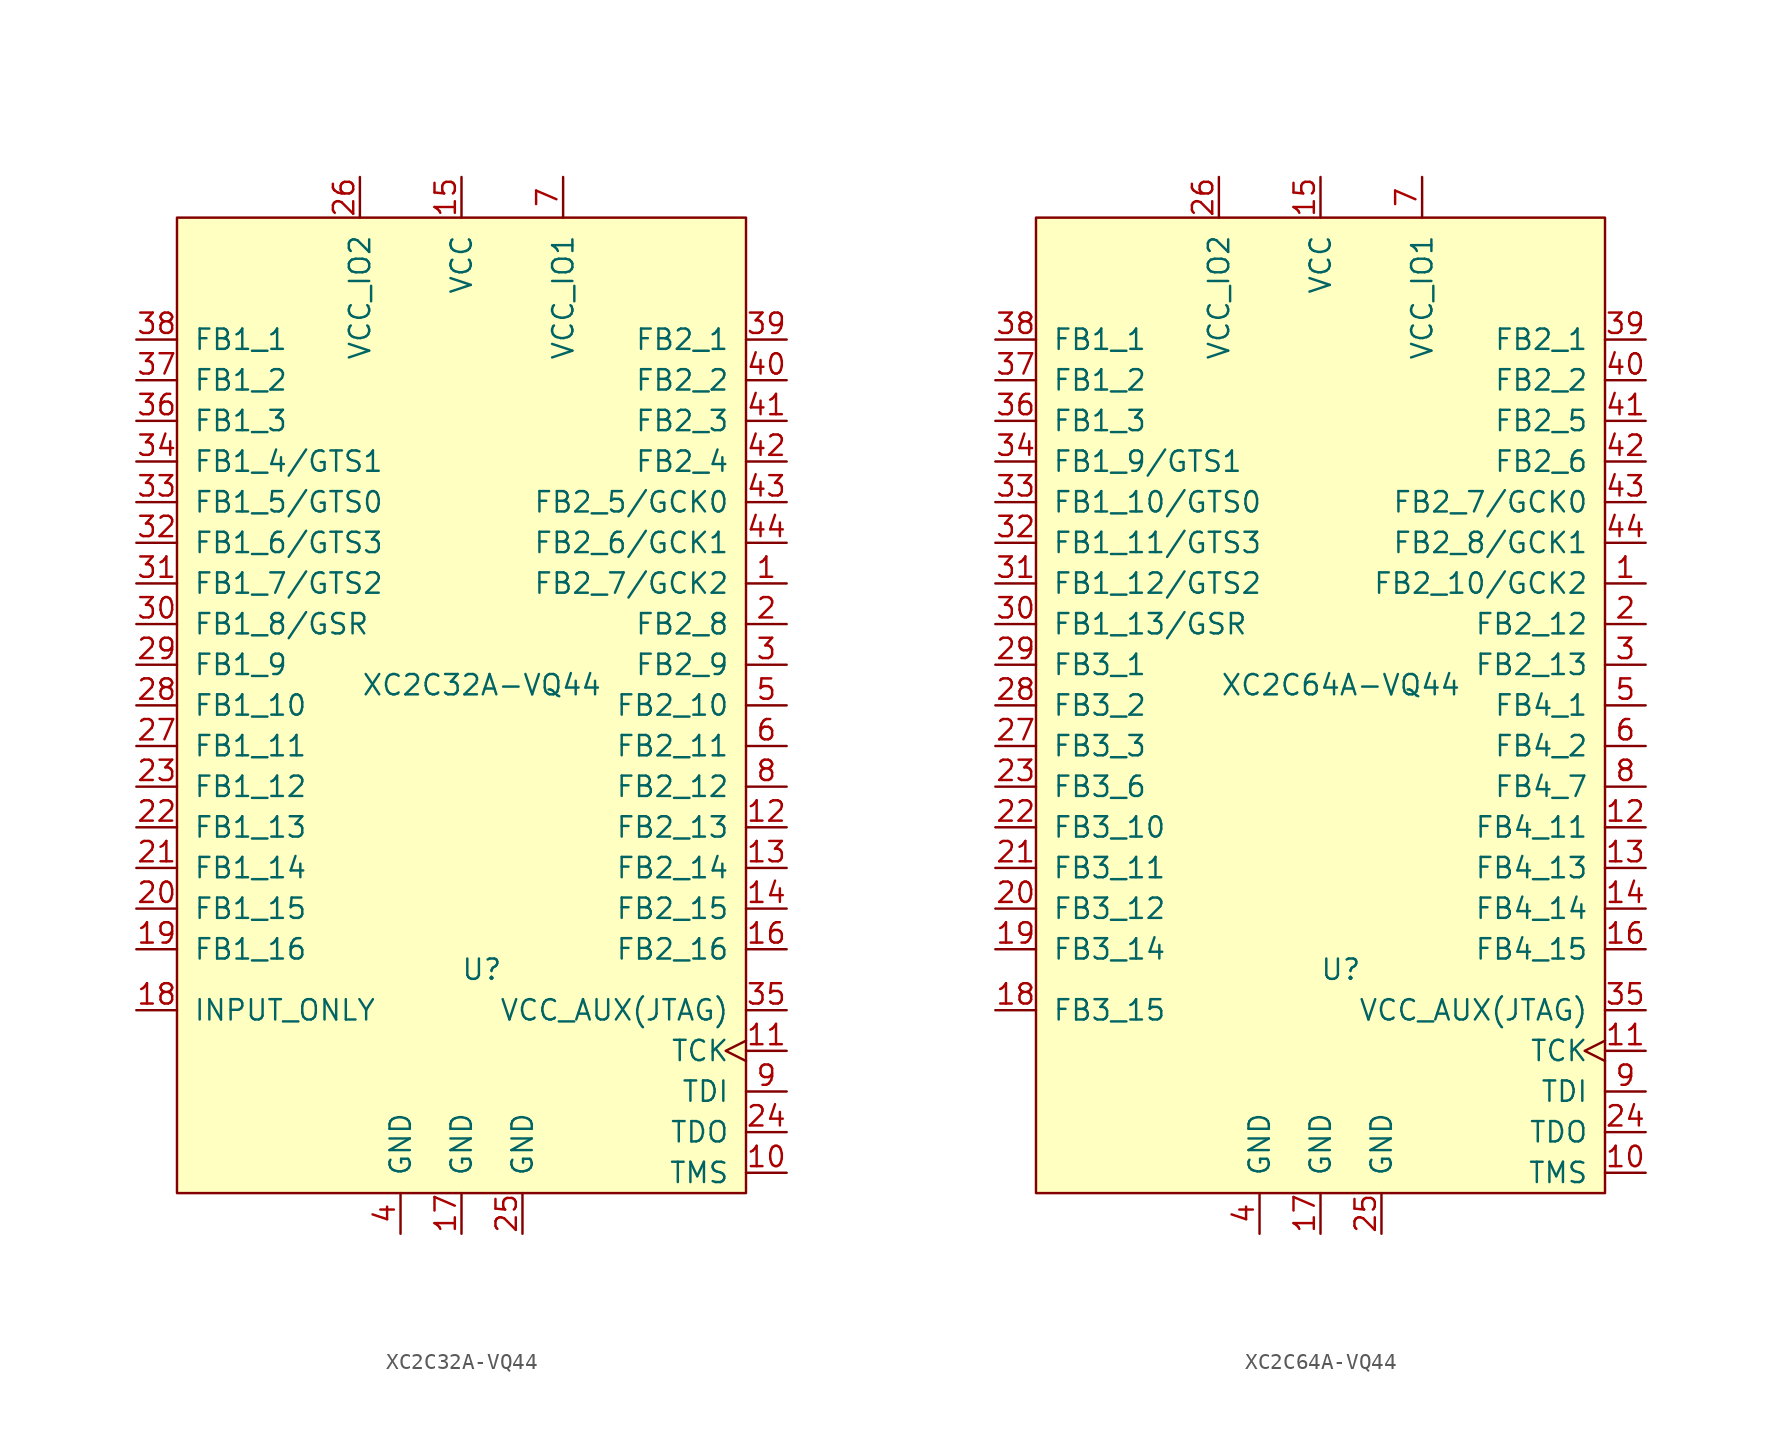
<source format=kicad_sym>
(kicad_symbol_lib
  (version 20231120)
  (generator "kicad_symbol_editor")
  (generator_version "8.0")
  (symbol "XC2C32A-VQ44"
    (pin_names
      (offset 1.016))
    (property "Reference" "U"
      (at 1.27 -17.78 0)
      (effects (font (size 1.27 1.27))))
    (property "Value" "XC2C32A-VQ44"
      (at 1.27 0 0)
      (effects (font (size 1.27 1.27))))
    (symbol "XC2C32A-VQ44_0_1"
      (rectangle (start -17.78 29.21) (end 17.78 -31.75) (stroke (width 0) (type default)) (fill (type background))))
    (symbol "XC2C32A-VQ44_1_1"
      (pin bidirectional line (at 20.32 6.35 180) (length 2.54) (name "FB2_7/GCK2" (effects (font (size 1.27 1.27)))) (number "1" (effects (font (size 1.27 1.27)))))
      (pin input line (at 20.32 -30.48 180) (length 2.54) (name "TMS" (effects (font (size 1.27 1.27)))) (number "10" (effects (font (size 1.27 1.27)))))
      (pin input clock (at 20.32 -22.86 180) (length 2.54) (name "TCK" (effects (font (size 1.27 1.27)))) (number "11" (effects (font (size 1.27 1.27)))))
      (pin bidirectional line (at 20.32 -8.89 180) (length 2.54) (name "FB2_13" (effects (font (size 1.27 1.27)))) (number "12" (effects (font (size 1.27 1.27)))))
      (pin bidirectional line (at 20.32 -11.43 180) (length 2.54) (name "FB2_14" (effects (font (size 1.27 1.27)))) (number "13" (effects (font (size 1.27 1.27)))))
      (pin bidirectional line (at 20.32 -13.97 180) (length 2.54) (name "FB2_15" (effects (font (size 1.27 1.27)))) (number "14" (effects (font (size 1.27 1.27)))))
      (pin power_in line (at 0 31.75 270) (length 2.54) (name "VCC" (effects (font (size 1.27 1.27)))) (number "15" (effects (font (size 1.27 1.27)))))
      (pin bidirectional line (at 20.32 -16.51 180) (length 2.54) (name "FB2_16" (effects (font (size 1.27 1.27)))) (number "16" (effects (font (size 1.27 1.27)))))
      (pin power_in line (at 0 -34.29 90) (length 2.54) (name "GND" (effects (font (size 1.27 1.27)))) (number "17" (effects (font (size 1.27 1.27)))))
      (pin input line (at -20.32 -20.32 0) (length 2.54) (name "INPUT_ONLY" (effects (font (size 1.27 1.27)))) (number "18" (effects (font (size 1.27 1.27)))))
      (pin bidirectional line (at -20.32 -16.51 0) (length 2.54) (name "FB1_16" (effects (font (size 1.27 1.27)))) (number "19" (effects (font (size 1.27 1.27)))))
      (pin bidirectional line (at 20.32 3.81 180) (length 2.54) (name "FB2_8" (effects (font (size 1.27 1.27)))) (number "2" (effects (font (size 1.27 1.27)))))
      (pin bidirectional line (at -20.32 -13.97 0) (length 2.54) (name "FB1_15" (effects (font (size 1.27 1.27)))) (number "20" (effects (font (size 1.27 1.27)))))
      (pin bidirectional line (at -20.32 -11.43 0) (length 2.54) (name "FB1_14" (effects (font (size 1.27 1.27)))) (number "21" (effects (font (size 1.27 1.27)))))
      (pin bidirectional line (at -20.32 -8.89 0) (length 2.54) (name "FB1_13" (effects (font (size 1.27 1.27)))) (number "22" (effects (font (size 1.27 1.27)))))
      (pin bidirectional line (at -20.32 -6.35 0) (length 2.54) (name "FB1_12" (effects (font (size 1.27 1.27)))) (number "23" (effects (font (size 1.27 1.27)))))
      (pin output line (at 20.32 -27.94 180) (length 2.54) (name "TDO" (effects (font (size 1.27 1.27)))) (number "24" (effects (font (size 1.27 1.27)))))
      (pin power_in line (at 3.81 -34.29 90) (length 2.54) (name "GND" (effects (font (size 1.27 1.27)))) (number "25" (effects (font (size 1.27 1.27)))))
      (pin power_in line (at -6.35 31.75 270) (length 2.54) (name "VCC_IO2" (effects (font (size 1.27 1.27)))) (number "26" (effects (font (size 1.27 1.27)))))
      (pin bidirectional line (at -20.32 -3.81 0) (length 2.54) (name "FB1_11" (effects (font (size 1.27 1.27)))) (number "27" (effects (font (size 1.27 1.27)))))
      (pin bidirectional line (at -20.32 -1.27 0) (length 2.54) (name "FB1_10" (effects (font (size 1.27 1.27)))) (number "28" (effects (font (size 1.27 1.27)))))
      (pin bidirectional line (at -20.32 1.27 0) (length 2.54) (name "FB1_9" (effects (font (size 1.27 1.27)))) (number "29" (effects (font (size 1.27 1.27)))))
      (pin bidirectional line (at 20.32 1.27 180) (length 2.54) (name "FB2_9" (effects (font (size 1.27 1.27)))) (number "3" (effects (font (size 1.27 1.27)))))
      (pin bidirectional line (at -20.32 3.81 0) (length 2.54) (name "FB1_8/GSR" (effects (font (size 1.27 1.27)))) (number "30" (effects (font (size 1.27 1.27)))))
      (pin bidirectional line (at -20.32 6.35 0) (length 2.54) (name "FB1_7/GTS2" (effects (font (size 1.27 1.27)))) (number "31" (effects (font (size 1.27 1.27)))))
      (pin bidirectional line (at -20.32 8.89 0) (length 2.54) (name "FB1_6/GTS3" (effects (font (size 1.27 1.27)))) (number "32" (effects (font (size 1.27 1.27)))))
      (pin bidirectional line (at -20.32 11.43 0) (length 2.54) (name "FB1_5/GTS0" (effects (font (size 1.27 1.27)))) (number "33" (effects (font (size 1.27 1.27)))))
      (pin bidirectional line (at -20.32 13.97 0) (length 2.54) (name "FB1_4/GTS1" (effects (font (size 1.27 1.27)))) (number "34" (effects (font (size 1.27 1.27)))))
      (pin power_in line (at 20.32 -20.32 180) (length 2.54) (name "VCC_AUX(JTAG)" (effects (font (size 1.27 1.27)))) (number "35" (effects (font (size 1.27 1.27)))))
      (pin bidirectional line (at -20.32 16.51 0) (length 2.54) (name "FB1_3" (effects (font (size 1.27 1.27)))) (number "36" (effects (font (size 1.27 1.27)))))
      (pin bidirectional line (at -20.32 19.05 0) (length 2.54) (name "FB1_2" (effects (font (size 1.27 1.27)))) (number "37" (effects (font (size 1.27 1.27)))))
      (pin bidirectional line (at -20.32 21.59 0) (length 2.54) (name "FB1_1" (effects (font (size 1.27 1.27)))) (number "38" (effects (font (size 1.27 1.27)))))
      (pin bidirectional line (at 20.32 21.59 180) (length 2.54) (name "FB2_1" (effects (font (size 1.27 1.27)))) (number "39" (effects (font (size 1.27 1.27)))))
      (pin power_in line (at -3.81 -34.29 90) (length 2.54) (name "GND" (effects (font (size 1.27 1.27)))) (number "4" (effects (font (size 1.27 1.27)))))
      (pin bidirectional line (at 20.32 19.05 180) (length 2.54) (name "FB2_2" (effects (font (size 1.27 1.27)))) (number "40" (effects (font (size 1.27 1.27)))))
      (pin bidirectional line (at 20.32 16.51 180) (length 2.54) (name "FB2_3" (effects (font (size 1.27 1.27)))) (number "41" (effects (font (size 1.27 1.27)))))
      (pin bidirectional line (at 20.32 13.97 180) (length 2.54) (name "FB2_4" (effects (font (size 1.27 1.27)))) (number "42" (effects (font (size 1.27 1.27)))))
      (pin bidirectional line (at 20.32 11.43 180) (length 2.54) (name "FB2_5/GCK0" (effects (font (size 1.27 1.27)))) (number "43" (effects (font (size 1.27 1.27)))))
      (pin bidirectional line (at 20.32 8.89 180) (length 2.54) (name "FB2_6/GCK1" (effects (font (size 1.27 1.27)))) (number "44" (effects (font (size 1.27 1.27)))))
      (pin bidirectional line (at 20.32 -1.27 180) (length 2.54) (name "FB2_10" (effects (font (size 1.27 1.27)))) (number "5" (effects (font (size 1.27 1.27)))))
      (pin bidirectional line (at 20.32 -3.81 180) (length 2.54) (name "FB2_11" (effects (font (size 1.27 1.27)))) (number "6" (effects (font (size 1.27 1.27)))))
      (pin power_in line (at 6.35 31.75 270) (length 2.54) (name "VCC_IO1" (effects (font (size 1.27 1.27)))) (number "7" (effects (font (size 1.27 1.27)))))
      (pin bidirectional line (at 20.32 -6.35 180) (length 2.54) (name "FB2_12" (effects (font (size 1.27 1.27)))) (number "8" (effects (font (size 1.27 1.27)))))
      (pin input line (at 20.32 -25.4 180) (length 2.54) (name "TDI" (effects (font (size 1.27 1.27)))) (number "9" (effects (font (size 1.27 1.27)))))))
  (symbol "XC2C64A-VQ44"
    (pin_names
      (offset 1.016))
    (property "Reference" "U"
      (at 1.27 -17.78 0)
      (effects (font (size 1.27 1.27))))
    (property "Value" "XC2C64A-VQ44"
      (at 1.27 0 0)
      (effects (font (size 1.27 1.27))))
    (symbol "XC2C64A-VQ44_0_1"
      (rectangle (start -17.78 29.21) (end 17.78 -31.75) (stroke (width 0) (type default)) (fill (type background))))
    (symbol "XC2C64A-VQ44_1_1"
      (pin tri_state line (at 20.32 6.35 180) (length 2.54) (name "FB2_10/GCK2" (effects (font (size 1.27 1.27)))) (number "1" (effects (font (size 1.27 1.27)))))
      (pin input line (at 20.32 -30.48 180) (length 2.54) (name "TMS" (effects (font (size 1.27 1.27)))) (number "10" (effects (font (size 1.27 1.27)))))
      (pin input clock (at 20.32 -22.86 180) (length 2.54) (name "TCK" (effects (font (size 1.27 1.27)))) (number "11" (effects (font (size 1.27 1.27)))))
      (pin tri_state line (at 20.32 -8.89 180) (length 2.54) (name "FB4_11" (effects (font (size 1.27 1.27)))) (number "12" (effects (font (size 1.27 1.27)))))
      (pin tri_state line (at 20.32 -11.43 180) (length 2.54) (name "FB4_13" (effects (font (size 1.27 1.27)))) (number "13" (effects (font (size 1.27 1.27)))))
      (pin tri_state line (at 20.32 -13.97 180) (length 2.54) (name "FB4_14" (effects (font (size 1.27 1.27)))) (number "14" (effects (font (size 1.27 1.27)))))
      (pin power_in line (at 0 31.75 270) (length 2.54) (name "VCC" (effects (font (size 1.27 1.27)))) (number "15" (effects (font (size 1.27 1.27)))))
      (pin tri_state line (at 20.32 -16.51 180) (length 2.54) (name "FB4_15" (effects (font (size 1.27 1.27)))) (number "16" (effects (font (size 1.27 1.27)))))
      (pin power_in line (at 0 -34.29 90) (length 2.54) (name "GND" (effects (font (size 1.27 1.27)))) (number "17" (effects (font (size 1.27 1.27)))))
      (pin tri_state line (at -20.32 -20.32 0) (length 2.54) (name "FB3_15" (effects (font (size 1.27 1.27)))) (number "18" (effects (font (size 1.27 1.27)))))
      (pin tri_state line (at -20.32 -16.51 0) (length 2.54) (name "FB3_14" (effects (font (size 1.27 1.27)))) (number "19" (effects (font (size 1.27 1.27)))))
      (pin tri_state line (at 20.32 3.81 180) (length 2.54) (name "FB2_12" (effects (font (size 1.27 1.27)))) (number "2" (effects (font (size 1.27 1.27)))))
      (pin tri_state line (at -20.32 -13.97 0) (length 2.54) (name "FB3_12" (effects (font (size 1.27 1.27)))) (number "20" (effects (font (size 1.27 1.27)))))
      (pin tri_state line (at -20.32 -11.43 0) (length 2.54) (name "FB3_11" (effects (font (size 1.27 1.27)))) (number "21" (effects (font (size 1.27 1.27)))))
      (pin tri_state line (at -20.32 -8.89 0) (length 2.54) (name "FB3_10" (effects (font (size 1.27 1.27)))) (number "22" (effects (font (size 1.27 1.27)))))
      (pin tri_state line (at -20.32 -6.35 0) (length 2.54) (name "FB3_6" (effects (font (size 1.27 1.27)))) (number "23" (effects (font (size 1.27 1.27)))))
      (pin output line (at 20.32 -27.94 180) (length 2.54) (name "TDO" (effects (font (size 1.27 1.27)))) (number "24" (effects (font (size 1.27 1.27)))))
      (pin power_in line (at 3.81 -34.29 90) (length 2.54) (name "GND" (effects (font (size 1.27 1.27)))) (number "25" (effects (font (size 1.27 1.27)))))
      (pin power_in line (at -6.35 31.75 270) (length 2.54) (name "VCC_IO2" (effects (font (size 1.27 1.27)))) (number "26" (effects (font (size 1.27 1.27)))))
      (pin tri_state line (at -20.32 -3.81 0) (length 2.54) (name "FB3_3" (effects (font (size 1.27 1.27)))) (number "27" (effects (font (size 1.27 1.27)))))
      (pin tri_state line (at -20.32 -1.27 0) (length 2.54) (name "FB3_2" (effects (font (size 1.27 1.27)))) (number "28" (effects (font (size 1.27 1.27)))))
      (pin tri_state line (at -20.32 1.27 0) (length 2.54) (name "FB3_1" (effects (font (size 1.27 1.27)))) (number "29" (effects (font (size 1.27 1.27)))))
      (pin tri_state line (at 20.32 1.27 180) (length 2.54) (name "FB2_13" (effects (font (size 1.27 1.27)))) (number "3" (effects (font (size 1.27 1.27)))))
      (pin tri_state line (at -20.32 3.81 0) (length 2.54) (name "FB1_13/GSR" (effects (font (size 1.27 1.27)))) (number "30" (effects (font (size 1.27 1.27)))))
      (pin tri_state line (at -20.32 6.35 0) (length 2.54) (name "FB1_12/GTS2" (effects (font (size 1.27 1.27)))) (number "31" (effects (font (size 1.27 1.27)))))
      (pin tri_state line (at -20.32 8.89 0) (length 2.54) (name "FB1_11/GTS3" (effects (font (size 1.27 1.27)))) (number "32" (effects (font (size 1.27 1.27)))))
      (pin tri_state line (at -20.32 11.43 0) (length 2.54) (name "FB1_10/GTS0" (effects (font (size 1.27 1.27)))) (number "33" (effects (font (size 1.27 1.27)))))
      (pin tri_state line (at -20.32 13.97 0) (length 2.54) (name "FB1_9/GTS1" (effects (font (size 1.27 1.27)))) (number "34" (effects (font (size 1.27 1.27)))))
      (pin power_in line (at 20.32 -20.32 180) (length 2.54) (name "VCC_AUX(JTAG)" (effects (font (size 1.27 1.27)))) (number "35" (effects (font (size 1.27 1.27)))))
      (pin tri_state line (at -20.32 16.51 0) (length 2.54) (name "FB1_3" (effects (font (size 1.27 1.27)))) (number "36" (effects (font (size 1.27 1.27)))))
      (pin tri_state line (at -20.32 19.05 0) (length 2.54) (name "FB1_2" (effects (font (size 1.27 1.27)))) (number "37" (effects (font (size 1.27 1.27)))))
      (pin tri_state line (at -20.32 21.59 0) (length 2.54) (name "FB1_1" (effects (font (size 1.27 1.27)))) (number "38" (effects (font (size 1.27 1.27)))))
      (pin tri_state line (at 20.32 21.59 180) (length 2.54) (name "FB2_1" (effects (font (size 1.27 1.27)))) (number "39" (effects (font (size 1.27 1.27)))))
      (pin power_in line (at -3.81 -34.29 90) (length 2.54) (name "GND" (effects (font (size 1.27 1.27)))) (number "4" (effects (font (size 1.27 1.27)))))
      (pin tri_state line (at 20.32 19.05 180) (length 2.54) (name "FB2_2" (effects (font (size 1.27 1.27)))) (number "40" (effects (font (size 1.27 1.27)))))
      (pin tri_state line (at 20.32 16.51 180) (length 2.54) (name "FB2_5" (effects (font (size 1.27 1.27)))) (number "41" (effects (font (size 1.27 1.27)))))
      (pin tri_state line (at 20.32 13.97 180) (length 2.54) (name "FB2_6" (effects (font (size 1.27 1.27)))) (number "42" (effects (font (size 1.27 1.27)))))
      (pin bidirectional line (at 20.32 11.43 180) (length 2.54) (name "FB2_7/GCK0" (effects (font (size 1.27 1.27)))) (number "43" (effects (font (size 1.27 1.27)))))
      (pin tri_state line (at 20.32 8.89 180) (length 2.54) (name "FB2_8/GCK1" (effects (font (size 1.27 1.27)))) (number "44" (effects (font (size 1.27 1.27)))))
      (pin tri_state line (at 20.32 -1.27 180) (length 2.54) (name "FB4_1" (effects (font (size 1.27 1.27)))) (number "5" (effects (font (size 1.27 1.27)))))
      (pin tri_state line (at 20.32 -3.81 180) (length 2.54) (name "FB4_2" (effects (font (size 1.27 1.27)))) (number "6" (effects (font (size 1.27 1.27)))))
      (pin power_in line (at 6.35 31.75 270) (length 2.54) (name "VCC_IO1" (effects (font (size 1.27 1.27)))) (number "7" (effects (font (size 1.27 1.27)))))
      (pin tri_state line (at 20.32 -6.35 180) (length 2.54) (name "FB4_7" (effects (font (size 1.27 1.27)))) (number "8" (effects (font (size 1.27 1.27)))))
      (pin input line (at 20.32 -25.4 180) (length 2.54) (name "TDI" (effects (font (size 1.27 1.27)))) (number "9" (effects (font (size 1.27 1.27))))))))
</source>
